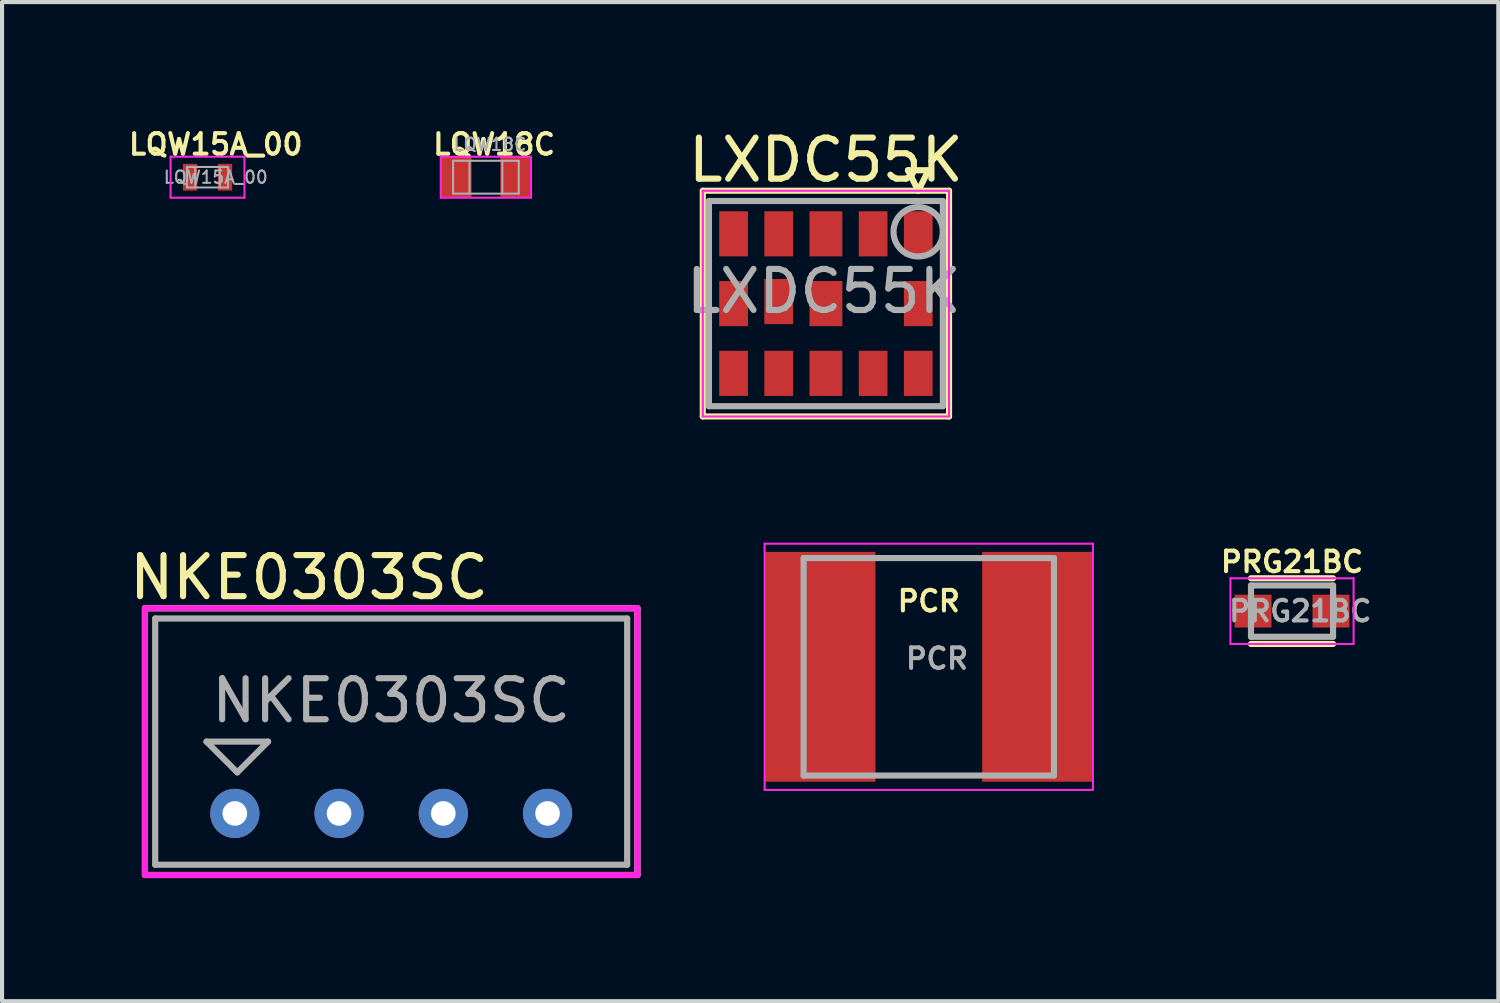
<source format=kicad_pcb>
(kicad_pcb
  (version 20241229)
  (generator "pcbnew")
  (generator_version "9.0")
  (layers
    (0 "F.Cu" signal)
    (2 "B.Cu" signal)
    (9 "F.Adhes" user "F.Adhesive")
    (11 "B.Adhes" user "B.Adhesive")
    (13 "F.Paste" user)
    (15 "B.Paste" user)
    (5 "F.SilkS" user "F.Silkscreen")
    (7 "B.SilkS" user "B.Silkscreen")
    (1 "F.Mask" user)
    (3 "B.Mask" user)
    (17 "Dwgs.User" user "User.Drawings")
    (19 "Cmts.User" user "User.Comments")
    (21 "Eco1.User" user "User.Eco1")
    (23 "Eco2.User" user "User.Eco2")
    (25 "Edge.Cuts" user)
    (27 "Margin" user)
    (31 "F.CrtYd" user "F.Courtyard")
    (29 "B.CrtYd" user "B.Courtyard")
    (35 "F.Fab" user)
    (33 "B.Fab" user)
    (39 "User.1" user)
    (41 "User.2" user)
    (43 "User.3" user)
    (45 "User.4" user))
  (footprint "PCR"
    (layer "F.Cu")
    (at 19.582 13.198)
    (property "Reference" "PCR" (at 0 -1.6 0) (layer "F.SilkS") (effects (font (size 0.5 0.5) (thickness 0.1))))
    (attr smd)
    (fp_line (start -4 -3) (end -4 3) (stroke (width 0.05) (type solid)) (layer "F.CrtYd"))
    (fp_line (start -4 -3) (end 4 -3) (stroke (width 0.05) (type solid)) (layer "F.CrtYd"))
    (fp_line (start -4 3) (end 4 3) (stroke (width 0.05) (type solid)) (layer "F.CrtYd"))
    (fp_line (start 4 -3) (end 4 3) (stroke (width 0.05) (type solid)) (layer "F.CrtYd"))
    (fp_line (start -3.05 -2.65) (end -3.05 2.65) (stroke (width 0.15) (type solid)) (layer "F.Fab"))
    (fp_line (start -3.05 2.65) (end 3.05 2.65) (stroke (width 0.15) (type solid)) (layer "F.Fab"))
    (fp_line (start 3.05 -2.65) (end -3.05 -2.65) (stroke (width 0.15) (type solid)) (layer "F.Fab"))
    (fp_line (start 3.05 2.65) (end 3.05 -2.65) (stroke (width 0.15) (type solid)) (layer "F.Fab"))
    (fp_text user "${REFERENCE}" (at 0.2 -0.2 0) (layer "F.Fab") (effects (font (size 0.5 0.5) (thickness 0.1))))
    (pad "1" smd rect (at -2.65 0) (size 2.7 5.6) (layers "F.Cu" "F.Mask" "F.Paste"))
    (pad "2" smd rect (at 2.65 0) (size 2.7 5.6) (layers "F.Cu" "F.Mask" "F.Paste")))
  (footprint "LXDC55K"
    (layer "F.Cu")
    (at 17.075 4.348)
    (property "Reference" "LXDC55K" (at 0 -3.5 0) (layer "F.SilkS") (effects (font (size 1 1) (thickness 0.15))))
    (attr smd)
    (fp_line (start -3 -2.75) (end 3 -2.75) (stroke (width 0.15) (type solid)) (layer "F.SilkS"))
    (fp_line (start -3 2.75) (end -3 -2.75) (stroke (width 0.15) (type solid)) (layer "F.SilkS"))
    (fp_line (start 2 -3.25) (end 2.25 -2.75) (stroke (width 0.15) (type solid)) (layer "F.SilkS"))
    (fp_line (start 2.25 -2.75) (end 2.5 -3.25) (stroke (width 0.15) (type solid)) (layer "F.SilkS"))
    (fp_line (start 2.5 -3.25) (end 2 -3.25) (stroke (width 0.15) (type solid)) (layer "F.SilkS"))
    (fp_line (start 3 -2.75) (end 3 2.75) (stroke (width 0.15) (type solid)) (layer "F.SilkS"))
    (fp_line (start 3 2.75) (end -3 2.75) (stroke (width 0.15) (type solid)) (layer "F.SilkS"))
    (fp_line (start -3 -2.75) (end 3 -2.75) (stroke (width 0.05) (type solid)) (layer "F.CrtYd"))
    (fp_line (start -3 2.75) (end -3 -2.75) (stroke (width 0.05) (type solid)) (layer "F.CrtYd"))
    (fp_line (start 3 -2.75) (end 3 2.75) (stroke (width 0.05) (type solid)) (layer "F.CrtYd"))
    (fp_line (start 3 2.75) (end -3 2.75) (stroke (width 0.05) (type solid)) (layer "F.CrtYd"))
    (fp_line (start -2.85 -2.5) (end 2.85 -2.5) (stroke (width 0.15) (type solid)) (layer "F.Fab"))
    (fp_line (start -2.85 2.5) (end -2.85 -2.5) (stroke (width 0.15) (type solid)) (layer "F.Fab"))
    (fp_line (start 2.85 -2.5) (end 2.85 2.5) (stroke (width 0.15) (type solid)) (layer "F.Fab"))
    (fp_line (start 2.85 2.5) (end -2.85 2.5) (stroke (width 0.15) (type solid)) (layer "F.Fab"))
    (fp_circle (center 2.25 -1.75) (end 2.85 -1.7) (stroke (width 0.15) (type solid)) (fill no) (layer "F.Fab"))
    (fp_text user "${REFERENCE}" (at -0.05 -0.3 0) (layer "F.Fab") (effects (font (size 1 1) (thickness 0.15))))
    (pad "1" smd rect (at 2.25 -1.7) (size 0.7 1.1) (layers "F.Cu" "F.Mask" "F.Paste"))
    (pad "2" smd rect (at 1.15 -1.7) (size 0.7 1.1) (layers "F.Cu" "F.Mask" "F.Paste"))
    (pad "3" smd rect (at 0 -1.7) (size 0.8 1.1) (layers "F.Cu" "F.Mask" "F.Paste"))
    (pad "4" smd rect (at -1.15 -1.7) (size 0.7 1.1) (layers "F.Cu" "F.Mask" "F.Paste"))
    (pad "5" smd rect (at -2.25 -1.7) (size 0.7 1.1) (layers "F.Cu" "F.Mask" "F.Paste"))
    (pad "6" smd rect (at -2.25 0) (size 0.7 1.1) (layers "F.Cu" "F.Mask" "F.Paste"))
    (pad "7" smd rect (at -2.25 1.7) (size 0.7 1.1) (layers "F.Cu" "F.Mask" "F.Paste"))
    (pad "8" smd rect (at -1.15 1.7) (size 0.7 1.1) (layers "F.Cu" "F.Mask" "F.Paste"))
    (pad "9" smd rect (at 0 1.7) (size 0.8 1.1) (layers "F.Cu" "F.Mask" "F.Paste"))
    (pad "10" smd rect (at 1.15 1.7) (size 0.7 1.1) (layers "F.Cu" "F.Mask" "F.Paste"))
    (pad "11" smd rect (at 2.25 1.7) (size 0.7 1.1) (layers "F.Cu" "F.Mask" "F.Paste"))
    (pad "12" smd rect (at 2.25 0) (size 0.7 1.1) (layers "F.Cu" "F.Mask" "F.Paste"))
    (pad "13" smd rect (at 0 0) (size 0.8 1.1) (layers "F.Cu" "F.Mask" "F.Paste"))
    (pad "14" smd rect (at -1.15 -0.05) (size 0.7 1.1) (layers "F.Cu" "F.Mask" "F.Paste")))
  (footprint "NKE0303SC"
    (layer "F.Cu")
    (at 6.482 16.771)
    (property "Reference" "NKE0303SC" (at -2 -5.75 0) (layer "F.SilkS") (effects (font (size 1 1) (thickness 0.15))))
    (attr smd)
    (fp_line (start -6 -5) (end 6 -5) (stroke (width 0.15) (type solid)) (layer "F.SilkS"))
    (fp_line (start -6 1.5) (end -6 -5) (stroke (width 0.15) (type solid)) (layer "F.SilkS"))
    (fp_line (start 6 -5) (end 6 1.5) (stroke (width 0.15) (type solid)) (layer "F.SilkS"))
    (fp_line (start 6 1.5) (end -6 1.5) (stroke (width 0.15) (type solid)) (layer "F.SilkS"))
    (fp_line (start -6 -5) (end 6 -5) (stroke (width 0.15) (type solid)) (layer "F.CrtYd"))
    (fp_line (start -6 1.5) (end -6 -5) (stroke (width 0.15) (type solid)) (layer "F.CrtYd"))
    (fp_line (start 6 -5) (end 6 1.5) (stroke (width 0.15) (type solid)) (layer "F.CrtYd"))
    (fp_line (start 6 1.5) (end -6 1.5) (stroke (width 0.15) (type solid)) (layer "F.CrtYd"))
    (fp_line (start -5.75 -4.75) (end -5.75 1.25) (stroke (width 0.15) (type solid)) (layer "F.Fab"))
    (fp_line (start -5.75 1.25) (end 5.75 1.25) (stroke (width 0.15) (type solid)) (layer "F.Fab"))
    (fp_line (start -4.5 -1.75) (end -3.75 -1) (stroke (width 0.15) (type solid)) (layer "F.Fab"))
    (fp_line (start -3.75 -1) (end -3 -1.75) (stroke (width 0.15) (type solid)) (layer "F.Fab"))
    (fp_line (start -3 -1.75) (end -4.5 -1.75) (stroke (width 0.15) (type solid)) (layer "F.Fab"))
    (fp_line (start 5.75 -4.75) (end -5.75 -4.75) (stroke (width 0.15) (type solid)) (layer "F.Fab"))
    (fp_line (start 5.75 1.25) (end 5.75 -4.75) (stroke (width 0.15) (type solid)) (layer "F.Fab"))
    (fp_text user "${REFERENCE}" (at 0 -2.75 0) (layer "F.Fab") (effects (font (size 1 1) (thickness 0.15))))
    (pad "1" thru_hole circle (at -3.81 0) (size 1.2 1.2) (drill 0.6) (layers "*.Cu" "*.Mask"))
    (pad "2" thru_hole circle (at -1.27 0) (size 1.2 1.2) (drill 0.6) (layers "*.Cu" "*.Mask"))
    (pad "3" thru_hole circle (at 1.27 0) (size 1.2 1.2) (drill 0.6) (layers "*.Cu" "*.Mask"))
    (pad "4" thru_hole circle (at 3.81 0) (size 1.2 1.2) (drill 0.6) (layers "*.Cu" "*.Mask")))
  (footprint "LQW15A_00"
    (layer "F.Cu")
    (at 2.007 1.268)
    (property "Reference" "LQW15A_00" (at 0.2 -0.8 0) (layer "F.SilkS") (effects (font (size 0.5 0.5) (thickness 0.1))))
    (attr smd)
    (fp_line (start -0.9 -0.5) (end -0.9 0.5) (stroke (width 0.05) (type solid)) (layer "F.CrtYd"))
    (fp_line (start -0.9 -0.5) (end 0.9 -0.5) (stroke (width 0.05) (type solid)) (layer "F.CrtYd"))
    (fp_line (start -0.9 0.5) (end 0.9 0.5) (stroke (width 0.05) (type solid)) (layer "F.CrtYd"))
    (fp_line (start 0.9 -0.5) (end 0.9 0.5) (stroke (width 0.05) (type solid)) (layer "F.CrtYd"))
    (fp_line (start -0.5 -0.25) (end 0.5 -0.25) (stroke (width 0.05) (type solid)) (layer "F.Fab"))
    (fp_line (start -0.5 0.25) (end -0.5 -0.25) (stroke (width 0.05) (type solid)) (layer "F.Fab"))
    (fp_line (start -0.3 0.25) (end -0.3 -0.25) (stroke (width 0.05) (type solid)) (layer "F.Fab"))
    (fp_line (start 0.3 -0.25) (end 0.3 0.25) (stroke (width 0.05) (type solid)) (layer "F.Fab"))
    (fp_line (start 0.5 -0.25) (end 0.5 0.25) (stroke (width 0.05) (type solid)) (layer "F.Fab"))
    (fp_line (start 0.5 0.25) (end -0.5 0.25) (stroke (width 0.05) (type solid)) (layer "F.Fab"))
    (fp_text user "${REFERENCE}" (at 0.2 0 0) (layer "F.Fab") (effects (font (size 0.3 0.3) (thickness 0.05))))
    (pad "1" smd rect (at -0.425 0) (size 0.35 0.65) (layers "F.Cu" "F.Mask" "F.Paste"))
    (pad "2" smd rect (at 0.425 0) (size 0.35 0.65) (layers "F.Cu" "F.Mask" "F.Paste")))
  (footprint "LQW18C"
    (layer "F.Cu")
    (at 8.79 1.268)
    (property "Reference" "LQW18C" (at 0.2 -0.8 0) (layer "F.SilkS") (effects (font (size 0.5 0.5) (thickness 0.1))))
    (attr smd)
    (fp_line (start -1.1 -0.5) (end -1.1 0.5) (stroke (width 0.05) (type solid)) (layer "F.CrtYd"))
    (fp_line (start -1.1 -0.5) (end 1.1 -0.5) (stroke (width 0.05) (type solid)) (layer "F.CrtYd"))
    (fp_line (start -1.1 0.5) (end 1.1 0.5) (stroke (width 0.05) (type solid)) (layer "F.CrtYd"))
    (fp_line (start 1.1 -0.5) (end 1.1 0.5) (stroke (width 0.05) (type solid)) (layer "F.CrtYd"))
    (fp_line (start -0.8 -0.4) (end 0.8 -0.4) (stroke (width 0.05) (type solid)) (layer "F.Fab"))
    (fp_line (start -0.8 0.4) (end -0.8 -0.4) (stroke (width 0.05) (type solid)) (layer "F.Fab"))
    (fp_line (start -0.4 0.4) (end -0.4 -0.4) (stroke (width 0.05) (type solid)) (layer "F.Fab"))
    (fp_line (start 0.4 -0.4) (end 0.4 0.4) (stroke (width 0.05) (type solid)) (layer "F.Fab"))
    (fp_line (start 0.8 -0.4) (end 0.8 0.4) (stroke (width 0.05) (type solid)) (layer "F.Fab"))
    (fp_line (start 0.8 0.4) (end -0.8 0.4) (stroke (width 0.05) (type solid)) (layer "F.Fab"))
    (fp_text user "${REFERENCE}" (at 0.1 -0.8 0) (layer "F.Fab") (effects (font (size 0.3 0.3) (thickness 0.05))))
    (pad "1" smd rect (at -0.725 0) (size 0.75 1) (layers "F.Cu" "F.Mask" "F.Paste"))
    (pad "2" smd rect (at 0.725 0) (size 0.75 1) (layers "F.Cu" "F.Mask" "F.Paste")))
  (footprint "PRG21BC"
    (layer "F.Cu")
    (at 28.433 11.841)
    (property "Reference" "PRG21BC" (at 0 -1.2 0) (layer "F.SilkS") (effects (font (size 0.5 0.5) (thickness 0.1))))
    (attr smd)
    (fp_line (start -1 0.8) (end 1 0.8) (stroke (width 0.15) (type solid)) (layer "F.SilkS"))
    (fp_line (start 1 -0.8) (end -1 -0.8) (stroke (width 0.15) (type solid)) (layer "F.SilkS"))
    (fp_line (start -1.5 -0.8) (end -1.5 0.8) (stroke (width 0.05) (type solid)) (layer "F.CrtYd"))
    (fp_line (start -1.5 -0.8) (end 1.5 -0.8) (stroke (width 0.05) (type solid)) (layer "F.CrtYd"))
    (fp_line (start -1.5 0.8) (end 1.5 0.8) (stroke (width 0.05) (type solid)) (layer "F.CrtYd"))
    (fp_line (start 1.5 -0.8) (end 1.5 0.8) (stroke (width 0.05) (type solid)) (layer "F.CrtYd"))
    (fp_line (start -1 -0.625) (end -1 0.625) (stroke (width 0.15) (type solid)) (layer "F.Fab"))
    (fp_line (start -1 0.625) (end 1 0.625) (stroke (width 0.15) (type solid)) (layer "F.Fab"))
    (fp_line (start 1 -0.625) (end -1 -0.625) (stroke (width 0.15) (type solid)) (layer "F.Fab"))
    (fp_line (start 1 0.625) (end 1 -0.625) (stroke (width 0.15) (type solid)) (layer "F.Fab"))
    (fp_text user "${REFERENCE}" (at 0.2 0 0) (layer "F.Fab") (effects (font (size 0.5 0.5) (thickness 0.1))))
    (pad "1" smd rect (at -0.95 0) (size 0.9 0.8) (layers "F.Cu" "F.Mask" "F.Paste"))
    (pad "2" smd rect (at 0.95 0) (size 0.9 0.8) (layers "F.Cu" "F.Mask" "F.Paste")))
  (gr_rect
    (start -3 -3)
    (end 33.46 21.346)
    (stroke (width 0.1) (type default))
    (fill no)
    (layer "Edge.Cuts")))
</source>
